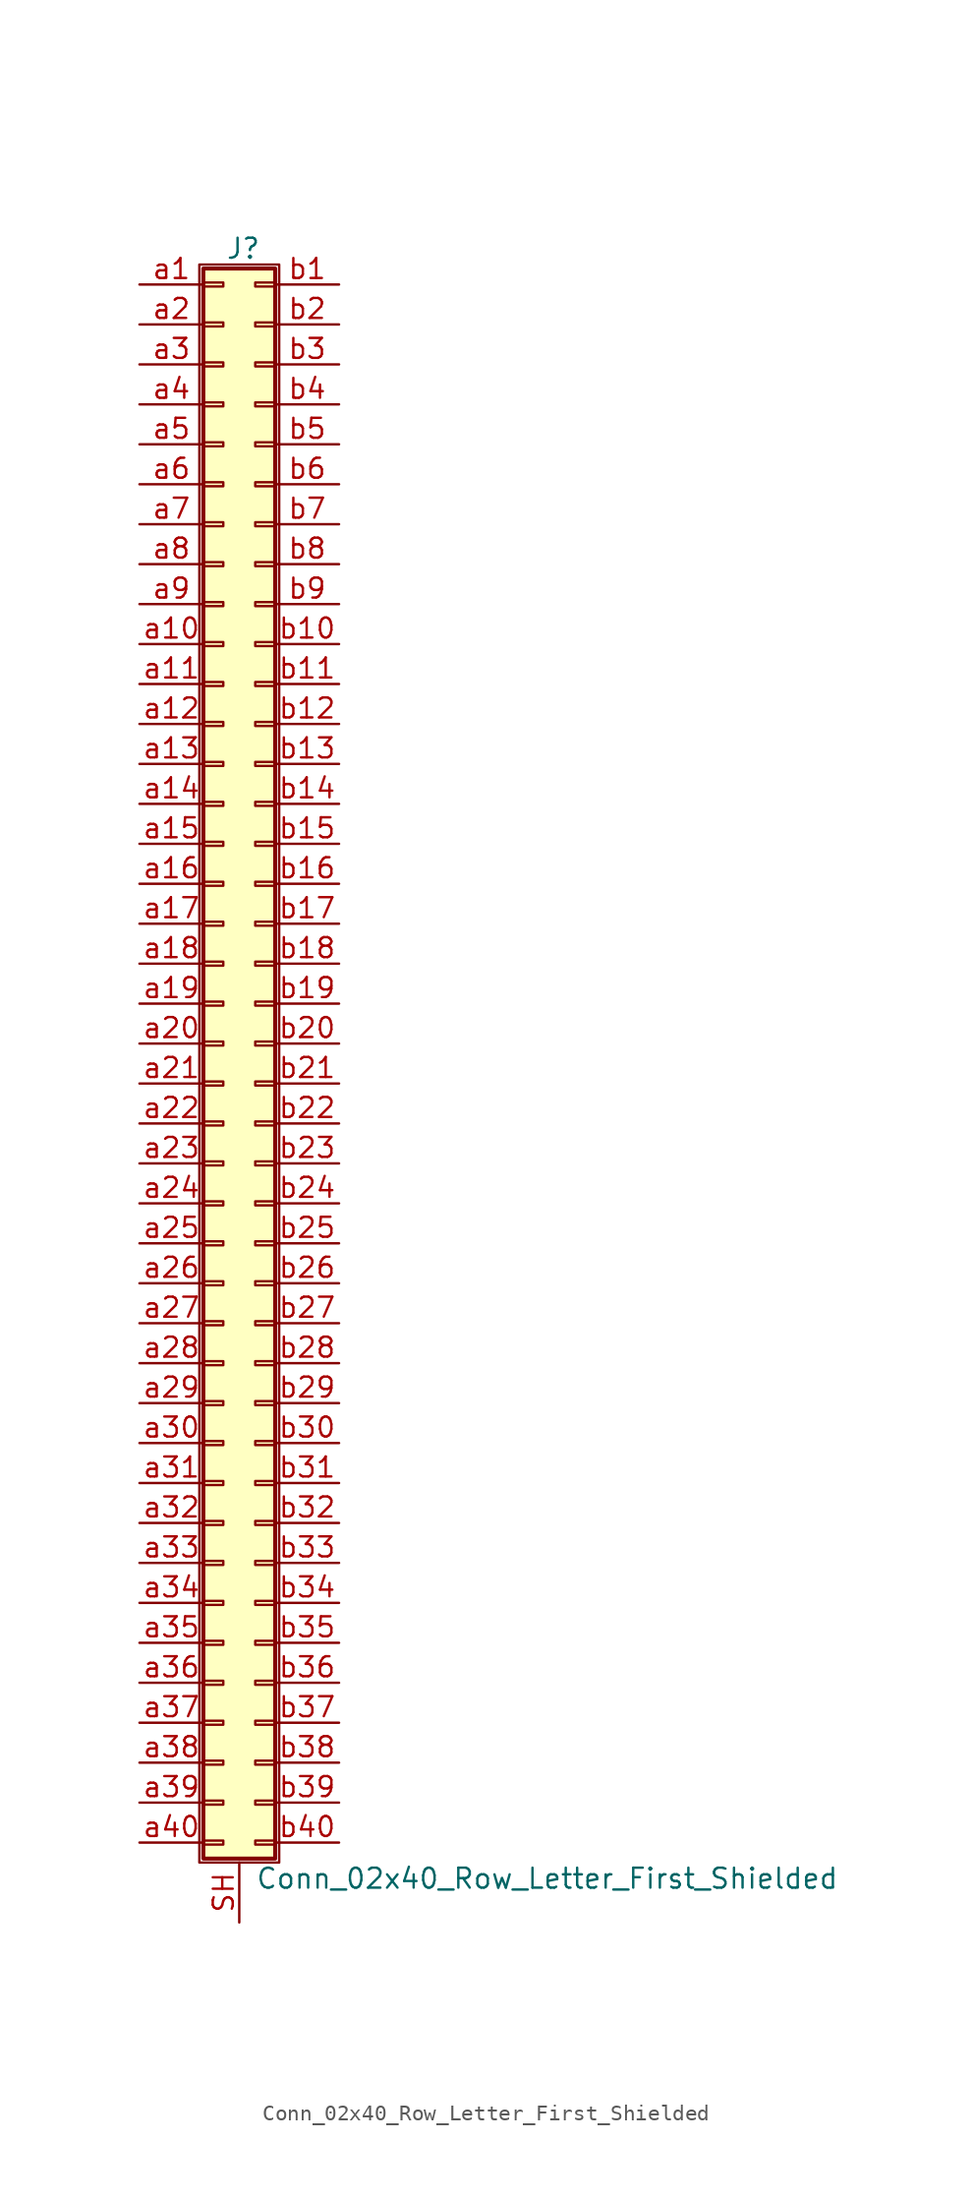
<source format=kicad_sym>
(kicad_symbol_lib
  (version 20201005)
  (generator kicad_symbol_editor)
  (symbol "Conn_02x40_Row_Letter_First_Shielded"
    (pin_names
      (offset 1.016) hide)
    (property "Reference" "J"
      (at 1.524 50.546 0)
      (effects (font (size 1.27 1.27))))
    (property "Value" "Conn_02x40_Row_Letter_First_Shielded"
      (at 2.286 -53.086 0)
      (effects (font (size 1.27 1.27)) (justify left)))
    (symbol "Conn_02x40_Row_Letter_First_Shielded_1_1"
      (rectangle (start -1.27 49.53) (end 3.81 -52.07) (stroke (width 0.152)) (fill (type none)))
      (rectangle (start -1.016 -50.673) (end 0.254 -50.927) (stroke (width 0.152)) (fill (type none)))
      (rectangle (start -1.016 -48.133) (end 0.254 -48.387) (stroke (width 0.152)) (fill (type none)))
      (rectangle (start -1.016 -45.593) (end 0.254 -45.847) (stroke (width 0.152)) (fill (type none)))
      (rectangle (start -1.016 -43.053) (end 0.254 -43.307) (stroke (width 0.152)) (fill (type none)))
      (rectangle (start -1.016 -40.513) (end 0.254 -40.767) (stroke (width 0.152)) (fill (type none)))
      (rectangle (start -1.016 -37.973) (end 0.254 -38.227) (stroke (width 0.152)) (fill (type none)))
      (rectangle (start -1.016 -35.433) (end 0.254 -35.687) (stroke (width 0.152)) (fill (type none)))
      (rectangle (start -1.016 -32.893) (end 0.254 -33.147) (stroke (width 0.152)) (fill (type none)))
      (rectangle (start -1.016 -30.353) (end 0.254 -30.607) (stroke (width 0.152)) (fill (type none)))
      (rectangle (start -1.016 -27.813) (end 0.254 -28.067) (stroke (width 0.152)) (fill (type none)))
      (rectangle (start -1.016 -25.273) (end 0.254 -25.527) (stroke (width 0.152)) (fill (type none)))
      (rectangle (start -1.016 -22.733) (end 0.254 -22.987) (stroke (width 0.152)) (fill (type none)))
      (rectangle (start -1.016 -20.193) (end 0.254 -20.447) (stroke (width 0.152)) (fill (type none)))
      (rectangle (start -1.016 -17.653) (end 0.254 -17.907) (stroke (width 0.152)) (fill (type none)))
      (rectangle (start -1.016 -15.113) (end 0.254 -15.367) (stroke (width 0.152)) (fill (type none)))
      (rectangle (start -1.016 -12.573) (end 0.254 -12.827) (stroke (width 0.152)) (fill (type none)))
      (rectangle (start -1.016 -10.033) (end 0.254 -10.287) (stroke (width 0.152)) (fill (type none)))
      (rectangle (start -1.016 -7.493) (end 0.254 -7.747) (stroke (width 0.152)) (fill (type none)))
      (rectangle (start -1.016 -4.953) (end 0.254 -5.207) (stroke (width 0.152)) (fill (type none)))
      (rectangle (start -1.016 -2.413) (end 0.254 -2.667) (stroke (width 0.152)) (fill (type none)))
      (rectangle (start -1.016 0.127) (end 0.254 -0.127) (stroke (width 0.152)) (fill (type none)))
      (rectangle (start -1.016 2.667) (end 0.254 2.413) (stroke (width 0.152)) (fill (type none)))
      (rectangle (start -1.016 5.207) (end 0.254 4.953) (stroke (width 0.152)) (fill (type none)))
      (rectangle (start -1.016 7.747) (end 0.254 7.493) (stroke (width 0.152)) (fill (type none)))
      (rectangle (start -1.016 10.287) (end 0.254 10.033) (stroke (width 0.152)) (fill (type none)))
      (rectangle (start -1.016 12.827) (end 0.254 12.573) (stroke (width 0.152)) (fill (type none)))
      (rectangle (start -1.016 15.367) (end 0.254 15.113) (stroke (width 0.152)) (fill (type none)))
      (rectangle (start -1.016 17.907) (end 0.254 17.653) (stroke (width 0.152)) (fill (type none)))
      (rectangle (start -1.016 20.447) (end 0.254 20.193) (stroke (width 0.152)) (fill (type none)))
      (rectangle (start -1.016 22.987) (end 0.254 22.733) (stroke (width 0.152)) (fill (type none)))
      (rectangle (start -1.016 25.527) (end 0.254 25.273) (stroke (width 0.152)) (fill (type none)))
      (rectangle (start -1.016 28.067) (end 0.254 27.813) (stroke (width 0.152)) (fill (type none)))
      (rectangle (start -1.016 30.607) (end 0.254 30.353) (stroke (width 0.152)) (fill (type none)))
      (rectangle (start -1.016 33.147) (end 0.254 32.893) (stroke (width 0.152)) (fill (type none)))
      (rectangle (start -1.016 35.687) (end 0.254 35.433) (stroke (width 0.152)) (fill (type none)))
      (rectangle (start -1.016 38.227) (end 0.254 37.973) (stroke (width 0.152)) (fill (type none)))
      (rectangle (start -1.016 40.767) (end 0.254 40.513) (stroke (width 0.152)) (fill (type none)))
      (rectangle (start -1.016 43.307) (end 0.254 43.053) (stroke (width 0.152)) (fill (type none)))
      (rectangle (start -1.016 45.847) (end 0.254 45.593) (stroke (width 0.152)) (fill (type none)))
      (rectangle (start -1.016 48.387) (end 0.254 48.133) (stroke (width 0.152)) (fill (type none)))
      (rectangle (start -1.016 49.276) (end 3.556 -51.816) (stroke (width 0.254)) (fill (type background)))
      (rectangle (start 3.556 -50.673) (end 2.286 -50.927) (stroke (width 0.152)) (fill (type none)))
      (rectangle (start 3.556 -48.133) (end 2.286 -48.387) (stroke (width 0.152)) (fill (type none)))
      (rectangle (start 3.556 -45.593) (end 2.286 -45.847) (stroke (width 0.152)) (fill (type none)))
      (rectangle (start 3.556 -43.053) (end 2.286 -43.307) (stroke (width 0.152)) (fill (type none)))
      (rectangle (start 3.556 -40.513) (end 2.286 -40.767) (stroke (width 0.152)) (fill (type none)))
      (rectangle (start 3.556 -37.973) (end 2.286 -38.227) (stroke (width 0.152)) (fill (type none)))
      (rectangle (start 3.556 -35.433) (end 2.286 -35.687) (stroke (width 0.152)) (fill (type none)))
      (rectangle (start 3.556 -32.893) (end 2.286 -33.147) (stroke (width 0.152)) (fill (type none)))
      (rectangle (start 3.556 -30.353) (end 2.286 -30.607) (stroke (width 0.152)) (fill (type none)))
      (rectangle (start 3.556 -27.813) (end 2.286 -28.067) (stroke (width 0.152)) (fill (type none)))
      (rectangle (start 3.556 -25.273) (end 2.286 -25.527) (stroke (width 0.152)) (fill (type none)))
      (rectangle (start 3.556 -22.733) (end 2.286 -22.987) (stroke (width 0.152)) (fill (type none)))
      (rectangle (start 3.556 -20.193) (end 2.286 -20.447) (stroke (width 0.152)) (fill (type none)))
      (rectangle (start 3.556 -17.653) (end 2.286 -17.907) (stroke (width 0.152)) (fill (type none)))
      (rectangle (start 3.556 -15.113) (end 2.286 -15.367) (stroke (width 0.152)) (fill (type none)))
      (rectangle (start 3.556 -12.573) (end 2.286 -12.827) (stroke (width 0.152)) (fill (type none)))
      (rectangle (start 3.556 -10.033) (end 2.286 -10.287) (stroke (width 0.152)) (fill (type none)))
      (rectangle (start 3.556 -7.493) (end 2.286 -7.747) (stroke (width 0.152)) (fill (type none)))
      (rectangle (start 3.556 -4.953) (end 2.286 -5.207) (stroke (width 0.152)) (fill (type none)))
      (rectangle (start 3.556 -2.413) (end 2.286 -2.667) (stroke (width 0.152)) (fill (type none)))
      (rectangle (start 3.556 0.127) (end 2.286 -0.127) (stroke (width 0.152)) (fill (type none)))
      (rectangle (start 3.556 2.667) (end 2.286 2.413) (stroke (width 0.152)) (fill (type none)))
      (rectangle (start 3.556 5.207) (end 2.286 4.953) (stroke (width 0.152)) (fill (type none)))
      (rectangle (start 3.556 7.747) (end 2.286 7.493) (stroke (width 0.152)) (fill (type none)))
      (rectangle (start 3.556 10.287) (end 2.286 10.033) (stroke (width 0.152)) (fill (type none)))
      (rectangle (start 3.556 12.827) (end 2.286 12.573) (stroke (width 0.152)) (fill (type none)))
      (rectangle (start 3.556 15.367) (end 2.286 15.113) (stroke (width 0.152)) (fill (type none)))
      (rectangle (start 3.556 17.907) (end 2.286 17.653) (stroke (width 0.152)) (fill (type none)))
      (rectangle (start 3.556 20.447) (end 2.286 20.193) (stroke (width 0.152)) (fill (type none)))
      (rectangle (start 3.556 22.987) (end 2.286 22.733) (stroke (width 0.152)) (fill (type none)))
      (rectangle (start 3.556 25.527) (end 2.286 25.273) (stroke (width 0.152)) (fill (type none)))
      (rectangle (start 3.556 28.067) (end 2.286 27.813) (stroke (width 0.152)) (fill (type none)))
      (rectangle (start 3.556 30.607) (end 2.286 30.353) (stroke (width 0.152)) (fill (type none)))
      (rectangle (start 3.556 33.147) (end 2.286 32.893) (stroke (width 0.152)) (fill (type none)))
      (rectangle (start 3.556 35.687) (end 2.286 35.433) (stroke (width 0.152)) (fill (type none)))
      (rectangle (start 3.556 38.227) (end 2.286 37.973) (stroke (width 0.152)) (fill (type none)))
      (rectangle (start 3.556 40.767) (end 2.286 40.513) (stroke (width 0.152)) (fill (type none)))
      (rectangle (start 3.556 43.307) (end 2.286 43.053) (stroke (width 0.152)) (fill (type none)))
      (rectangle (start 3.556 45.847) (end 2.286 45.593) (stroke (width 0.152)) (fill (type none)))
      (rectangle (start 3.556 48.387) (end 2.286 48.133) (stroke (width 0.152)) (fill (type none)))
      (pin passive line (at 1.27 -55.88 90) (length 3.81) (name "Shield" (effects (font (size 1.27 1.27)))) (number "SH" (effects (font (size 1.27 1.27)))))
      (pin passive line (at -5.08 48.26 0) (length 4.064) (name "Pin_a1" (effects (font (size 1.27 1.27)))) (number "a1" (effects (font (size 1.27 1.27)))))
      (pin passive line (at -5.08 25.4 0) (length 4.064) (name "Pin_a10" (effects (font (size 1.27 1.27)))) (number "a10" (effects (font (size 1.27 1.27)))))
      (pin passive line (at -5.08 22.86 0) (length 4.064) (name "Pin_a11" (effects (font (size 1.27 1.27)))) (number "a11" (effects (font (size 1.27 1.27)))))
      (pin passive line (at -5.08 20.32 0) (length 4.064) (name "Pin_a12" (effects (font (size 1.27 1.27)))) (number "a12" (effects (font (size 1.27 1.27)))))
      (pin passive line (at -5.08 17.78 0) (length 4.064) (name "Pin_a13" (effects (font (size 1.27 1.27)))) (number "a13" (effects (font (size 1.27 1.27)))))
      (pin passive line (at -5.08 15.24 0) (length 4.064) (name "Pin_a14" (effects (font (size 1.27 1.27)))) (number "a14" (effects (font (size 1.27 1.27)))))
      (pin passive line (at -5.08 12.7 0) (length 4.064) (name "Pin_a15" (effects (font (size 1.27 1.27)))) (number "a15" (effects (font (size 1.27 1.27)))))
      (pin passive line (at -5.08 10.16 0) (length 4.064) (name "Pin_a16" (effects (font (size 1.27 1.27)))) (number "a16" (effects (font (size 1.27 1.27)))))
      (pin passive line (at -5.08 7.62 0) (length 4.064) (name "Pin_a17" (effects (font (size 1.27 1.27)))) (number "a17" (effects (font (size 1.27 1.27)))))
      (pin passive line (at -5.08 5.08 0) (length 4.064) (name "Pin_a18" (effects (font (size 1.27 1.27)))) (number "a18" (effects (font (size 1.27 1.27)))))
      (pin passive line (at -5.08 2.54 0) (length 4.064) (name "Pin_a19" (effects (font (size 1.27 1.27)))) (number "a19" (effects (font (size 1.27 1.27)))))
      (pin passive line (at -5.08 45.72 0) (length 4.064) (name "Pin_a2" (effects (font (size 1.27 1.27)))) (number "a2" (effects (font (size 1.27 1.27)))))
      (pin passive line (at -5.08 0 0) (length 4.064) (name "Pin_a20" (effects (font (size 1.27 1.27)))) (number "a20" (effects (font (size 1.27 1.27)))))
      (pin passive line (at -5.08 -2.54 0) (length 4.064) (name "Pin_a21" (effects (font (size 1.27 1.27)))) (number "a21" (effects (font (size 1.27 1.27)))))
      (pin passive line (at -5.08 -5.08 0) (length 4.064) (name "Pin_a22" (effects (font (size 1.27 1.27)))) (number "a22" (effects (font (size 1.27 1.27)))))
      (pin passive line (at -5.08 -7.62 0) (length 4.064) (name "Pin_a23" (effects (font (size 1.27 1.27)))) (number "a23" (effects (font (size 1.27 1.27)))))
      (pin passive line (at -5.08 -10.16 0) (length 4.064) (name "Pin_a24" (effects (font (size 1.27 1.27)))) (number "a24" (effects (font (size 1.27 1.27)))))
      (pin passive line (at -5.08 -12.7 0) (length 4.064) (name "Pin_a25" (effects (font (size 1.27 1.27)))) (number "a25" (effects (font (size 1.27 1.27)))))
      (pin passive line (at -5.08 -15.24 0) (length 4.064) (name "Pin_a26" (effects (font (size 1.27 1.27)))) (number "a26" (effects (font (size 1.27 1.27)))))
      (pin passive line (at -5.08 -17.78 0) (length 4.064) (name "Pin_a27" (effects (font (size 1.27 1.27)))) (number "a27" (effects (font (size 1.27 1.27)))))
      (pin passive line (at -5.08 -20.32 0) (length 4.064) (name "Pin_a28" (effects (font (size 1.27 1.27)))) (number "a28" (effects (font (size 1.27 1.27)))))
      (pin passive line (at -5.08 -22.86 0) (length 4.064) (name "Pin_a29" (effects (font (size 1.27 1.27)))) (number "a29" (effects (font (size 1.27 1.27)))))
      (pin passive line (at -5.08 43.18 0) (length 4.064) (name "Pin_a3" (effects (font (size 1.27 1.27)))) (number "a3" (effects (font (size 1.27 1.27)))))
      (pin passive line (at -5.08 -25.4 0) (length 4.064) (name "Pin_a30" (effects (font (size 1.27 1.27)))) (number "a30" (effects (font (size 1.27 1.27)))))
      (pin passive line (at -5.08 -27.94 0) (length 4.064) (name "Pin_a31" (effects (font (size 1.27 1.27)))) (number "a31" (effects (font (size 1.27 1.27)))))
      (pin passive line (at -5.08 -30.48 0) (length 4.064) (name "Pin_a32" (effects (font (size 1.27 1.27)))) (number "a32" (effects (font (size 1.27 1.27)))))
      (pin passive line (at -5.08 -33.02 0) (length 4.064) (name "Pin_a33" (effects (font (size 1.27 1.27)))) (number "a33" (effects (font (size 1.27 1.27)))))
      (pin passive line (at -5.08 -35.56 0) (length 4.064) (name "Pin_a34" (effects (font (size 1.27 1.27)))) (number "a34" (effects (font (size 1.27 1.27)))))
      (pin passive line (at -5.08 -38.1 0) (length 4.064) (name "Pin_a35" (effects (font (size 1.27 1.27)))) (number "a35" (effects (font (size 1.27 1.27)))))
      (pin passive line (at -5.08 -40.64 0) (length 4.064) (name "Pin_a36" (effects (font (size 1.27 1.27)))) (number "a36" (effects (font (size 1.27 1.27)))))
      (pin passive line (at -5.08 -43.18 0) (length 4.064) (name "Pin_a37" (effects (font (size 1.27 1.27)))) (number "a37" (effects (font (size 1.27 1.27)))))
      (pin passive line (at -5.08 -45.72 0) (length 4.064) (name "Pin_a38" (effects (font (size 1.27 1.27)))) (number "a38" (effects (font (size 1.27 1.27)))))
      (pin passive line (at -5.08 -48.26 0) (length 4.064) (name "Pin_a39" (effects (font (size 1.27 1.27)))) (number "a39" (effects (font (size 1.27 1.27)))))
      (pin passive line (at -5.08 40.64 0) (length 4.064) (name "Pin_a4" (effects (font (size 1.27 1.27)))) (number "a4" (effects (font (size 1.27 1.27)))))
      (pin passive line (at -5.08 -50.8 0) (length 4.064) (name "Pin_a40" (effects (font (size 1.27 1.27)))) (number "a40" (effects (font (size 1.27 1.27)))))
      (pin passive line (at -5.08 38.1 0) (length 4.064) (name "Pin_a5" (effects (font (size 1.27 1.27)))) (number "a5" (effects (font (size 1.27 1.27)))))
      (pin passive line (at -5.08 35.56 0) (length 4.064) (name "Pin_a6" (effects (font (size 1.27 1.27)))) (number "a6" (effects (font (size 1.27 1.27)))))
      (pin passive line (at -5.08 33.02 0) (length 4.064) (name "Pin_a7" (effects (font (size 1.27 1.27)))) (number "a7" (effects (font (size 1.27 1.27)))))
      (pin passive line (at -5.08 30.48 0) (length 4.064) (name "Pin_a8" (effects (font (size 1.27 1.27)))) (number "a8" (effects (font (size 1.27 1.27)))))
      (pin passive line (at -5.08 27.94 0) (length 4.064) (name "Pin_a9" (effects (font (size 1.27 1.27)))) (number "a9" (effects (font (size 1.27 1.27)))))
      (pin passive line (at 7.62 48.26 180) (length 4.064) (name "Pin_b1" (effects (font (size 1.27 1.27)))) (number "b1" (effects (font (size 1.27 1.27)))))
      (pin passive line (at 7.62 25.4 180) (length 4.064) (name "Pin_b10" (effects (font (size 1.27 1.27)))) (number "b10" (effects (font (size 1.27 1.27)))))
      (pin passive line (at 7.62 22.86 180) (length 4.064) (name "Pin_b11" (effects (font (size 1.27 1.27)))) (number "b11" (effects (font (size 1.27 1.27)))))
      (pin passive line (at 7.62 20.32 180) (length 4.064) (name "Pin_b12" (effects (font (size 1.27 1.27)))) (number "b12" (effects (font (size 1.27 1.27)))))
      (pin passive line (at 7.62 17.78 180) (length 4.064) (name "Pin_b13" (effects (font (size 1.27 1.27)))) (number "b13" (effects (font (size 1.27 1.27)))))
      (pin passive line (at 7.62 15.24 180) (length 4.064) (name "Pin_b14" (effects (font (size 1.27 1.27)))) (number "b14" (effects (font (size 1.27 1.27)))))
      (pin passive line (at 7.62 12.7 180) (length 4.064) (name "Pin_b15" (effects (font (size 1.27 1.27)))) (number "b15" (effects (font (size 1.27 1.27)))))
      (pin passive line (at 7.62 10.16 180) (length 4.064) (name "Pin_b16" (effects (font (size 1.27 1.27)))) (number "b16" (effects (font (size 1.27 1.27)))))
      (pin passive line (at 7.62 7.62 180) (length 4.064) (name "Pin_b17" (effects (font (size 1.27 1.27)))) (number "b17" (effects (font (size 1.27 1.27)))))
      (pin passive line (at 7.62 5.08 180) (length 4.064) (name "Pin_b18" (effects (font (size 1.27 1.27)))) (number "b18" (effects (font (size 1.27 1.27)))))
      (pin passive line (at 7.62 2.54 180) (length 4.064) (name "Pin_b19" (effects (font (size 1.27 1.27)))) (number "b19" (effects (font (size 1.27 1.27)))))
      (pin passive line (at 7.62 45.72 180) (length 4.064) (name "Pin_b2" (effects (font (size 1.27 1.27)))) (number "b2" (effects (font (size 1.27 1.27)))))
      (pin passive line (at 7.62 0 180) (length 4.064) (name "Pin_b20" (effects (font (size 1.27 1.27)))) (number "b20" (effects (font (size 1.27 1.27)))))
      (pin passive line (at 7.62 -2.54 180) (length 4.064) (name "Pin_b21" (effects (font (size 1.27 1.27)))) (number "b21" (effects (font (size 1.27 1.27)))))
      (pin passive line (at 7.62 -5.08 180) (length 4.064) (name "Pin_b22" (effects (font (size 1.27 1.27)))) (number "b22" (effects (font (size 1.27 1.27)))))
      (pin passive line (at 7.62 -7.62 180) (length 4.064) (name "Pin_b23" (effects (font (size 1.27 1.27)))) (number "b23" (effects (font (size 1.27 1.27)))))
      (pin passive line (at 7.62 -10.16 180) (length 4.064) (name "Pin_b24" (effects (font (size 1.27 1.27)))) (number "b24" (effects (font (size 1.27 1.27)))))
      (pin passive line (at 7.62 -12.7 180) (length 4.064) (name "Pin_b25" (effects (font (size 1.27 1.27)))) (number "b25" (effects (font (size 1.27 1.27)))))
      (pin passive line (at 7.62 -15.24 180) (length 4.064) (name "Pin_b26" (effects (font (size 1.27 1.27)))) (number "b26" (effects (font (size 1.27 1.27)))))
      (pin passive line (at 7.62 -17.78 180) (length 4.064) (name "Pin_b27" (effects (font (size 1.27 1.27)))) (number "b27" (effects (font (size 1.27 1.27)))))
      (pin passive line (at 7.62 -20.32 180) (length 4.064) (name "Pin_b28" (effects (font (size 1.27 1.27)))) (number "b28" (effects (font (size 1.27 1.27)))))
      (pin passive line (at 7.62 -22.86 180) (length 4.064) (name "Pin_b29" (effects (font (size 1.27 1.27)))) (number "b29" (effects (font (size 1.27 1.27)))))
      (pin passive line (at 7.62 43.18 180) (length 4.064) (name "Pin_b3" (effects (font (size 1.27 1.27)))) (number "b3" (effects (font (size 1.27 1.27)))))
      (pin passive line (at 7.62 -25.4 180) (length 4.064) (name "Pin_b30" (effects (font (size 1.27 1.27)))) (number "b30" (effects (font (size 1.27 1.27)))))
      (pin passive line (at 7.62 -27.94 180) (length 4.064) (name "Pin_b31" (effects (font (size 1.27 1.27)))) (number "b31" (effects (font (size 1.27 1.27)))))
      (pin passive line (at 7.62 -30.48 180) (length 4.064) (name "Pin_b32" (effects (font (size 1.27 1.27)))) (number "b32" (effects (font (size 1.27 1.27)))))
      (pin passive line (at 7.62 -33.02 180) (length 4.064) (name "Pin_b33" (effects (font (size 1.27 1.27)))) (number "b33" (effects (font (size 1.27 1.27)))))
      (pin passive line (at 7.62 -35.56 180) (length 4.064) (name "Pin_b34" (effects (font (size 1.27 1.27)))) (number "b34" (effects (font (size 1.27 1.27)))))
      (pin passive line (at 7.62 -38.1 180) (length 4.064) (name "Pin_b35" (effects (font (size 1.27 1.27)))) (number "b35" (effects (font (size 1.27 1.27)))))
      (pin passive line (at 7.62 -40.64 180) (length 4.064) (name "Pin_b36" (effects (font (size 1.27 1.27)))) (number "b36" (effects (font (size 1.27 1.27)))))
      (pin passive line (at 7.62 -43.18 180) (length 4.064) (name "Pin_b37" (effects (font (size 1.27 1.27)))) (number "b37" (effects (font (size 1.27 1.27)))))
      (pin passive line (at 7.62 -45.72 180) (length 4.064) (name "Pin_b38" (effects (font (size 1.27 1.27)))) (number "b38" (effects (font (size 1.27 1.27)))))
      (pin passive line (at 7.62 -48.26 180) (length 4.064) (name "Pin_b39" (effects (font (size 1.27 1.27)))) (number "b39" (effects (font (size 1.27 1.27)))))
      (pin passive line (at 7.62 40.64 180) (length 4.064) (name "Pin_b4" (effects (font (size 1.27 1.27)))) (number "b4" (effects (font (size 1.27 1.27)))))
      (pin passive line (at 7.62 -50.8 180) (length 4.064) (name "Pin_b40" (effects (font (size 1.27 1.27)))) (number "b40" (effects (font (size 1.27 1.27)))))
      (pin passive line (at 7.62 38.1 180) (length 4.064) (name "Pin_b5" (effects (font (size 1.27 1.27)))) (number "b5" (effects (font (size 1.27 1.27)))))
      (pin passive line (at 7.62 35.56 180) (length 4.064) (name "Pin_b6" (effects (font (size 1.27 1.27)))) (number "b6" (effects (font (size 1.27 1.27)))))
      (pin passive line (at 7.62 33.02 180) (length 4.064) (name "Pin_b7" (effects (font (size 1.27 1.27)))) (number "b7" (effects (font (size 1.27 1.27)))))
      (pin passive line (at 7.62 30.48 180) (length 4.064) (name "Pin_b8" (effects (font (size 1.27 1.27)))) (number "b8" (effects (font (size 1.27 1.27)))))
      (pin passive line (at 7.62 27.94 180) (length 4.064) (name "Pin_b9" (effects (font (size 1.27 1.27)))) (number "b9" (effects (font (size 1.27 1.27))))))))
</source>
